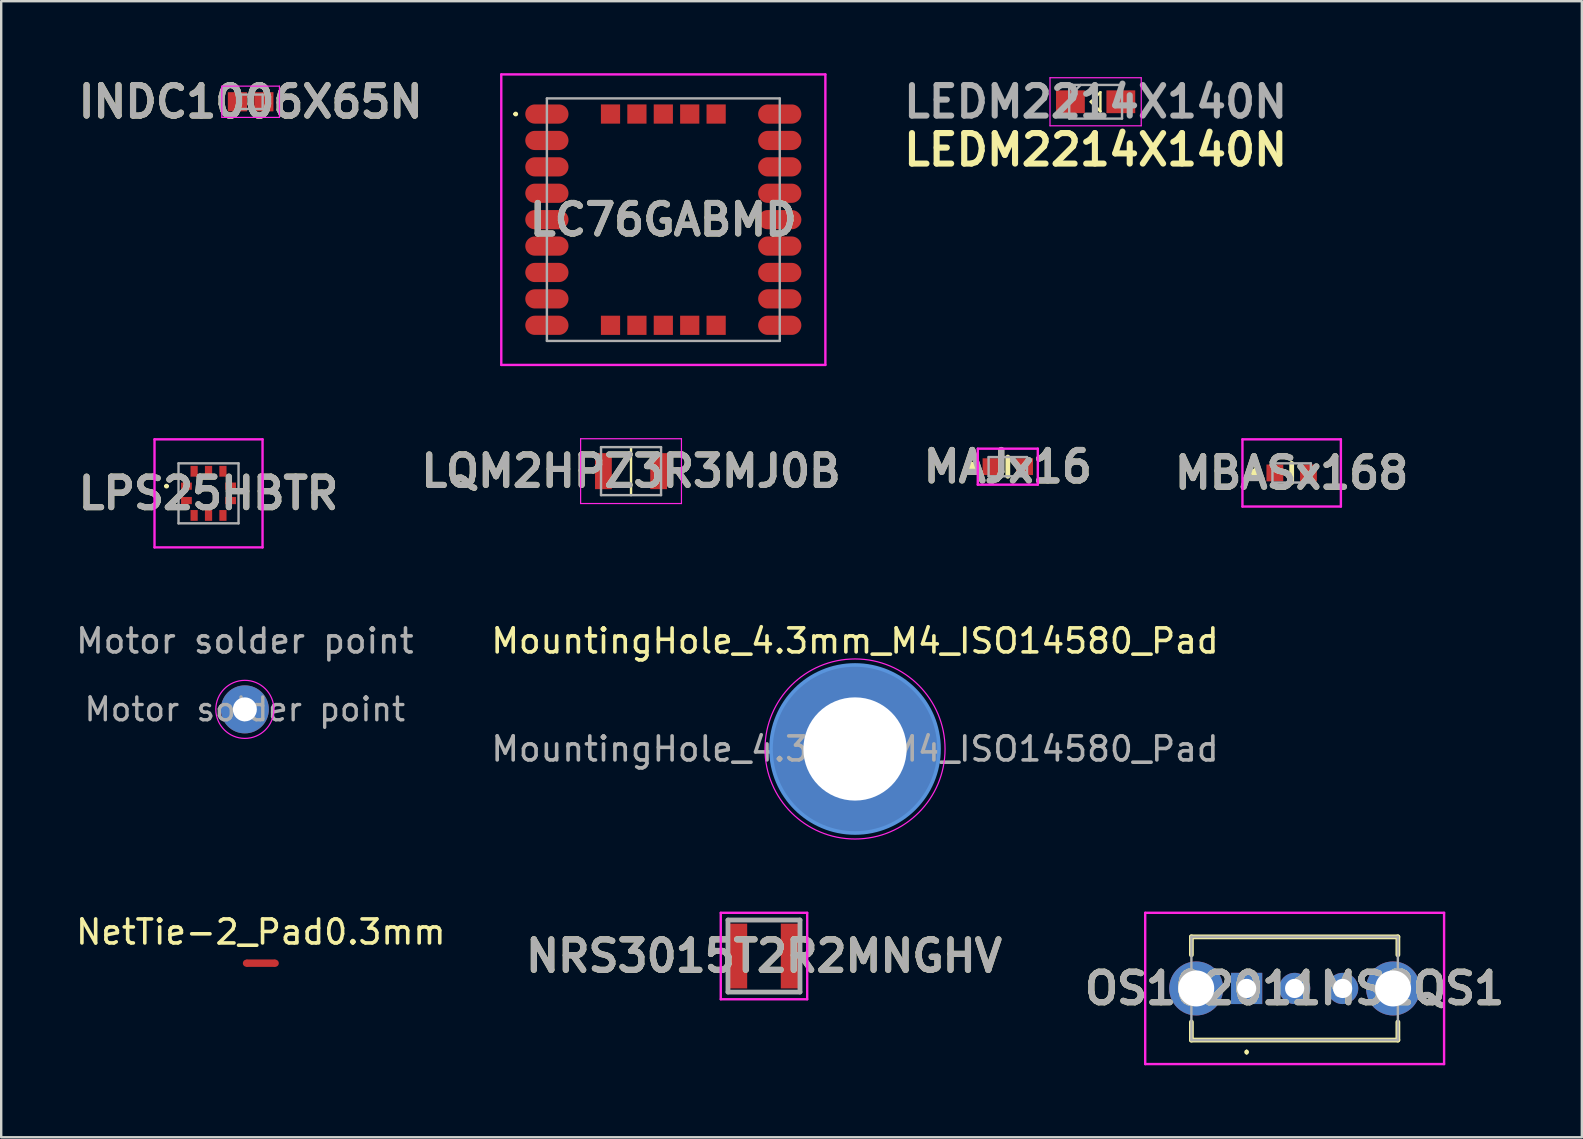
<source format=kicad_pcb>
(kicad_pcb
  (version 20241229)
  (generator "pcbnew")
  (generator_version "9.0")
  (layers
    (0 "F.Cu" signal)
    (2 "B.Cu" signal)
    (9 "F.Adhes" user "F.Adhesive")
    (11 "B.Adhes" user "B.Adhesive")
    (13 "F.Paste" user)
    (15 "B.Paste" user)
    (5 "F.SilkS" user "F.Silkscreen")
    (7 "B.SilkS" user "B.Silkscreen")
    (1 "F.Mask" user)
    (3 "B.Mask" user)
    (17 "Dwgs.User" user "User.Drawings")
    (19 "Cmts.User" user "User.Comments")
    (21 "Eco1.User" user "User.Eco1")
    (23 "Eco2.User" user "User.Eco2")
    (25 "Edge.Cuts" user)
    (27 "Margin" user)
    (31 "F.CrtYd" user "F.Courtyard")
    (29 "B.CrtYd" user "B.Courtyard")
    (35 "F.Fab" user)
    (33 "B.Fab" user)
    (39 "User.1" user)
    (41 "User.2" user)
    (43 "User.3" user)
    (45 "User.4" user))
  (footprint "OS102011MS2QS1"
    (layer "F.Cu")
    (at 48.877 38.123)
    (property "Reference" "OS102011MS2QS1" (at 2 0 0) (layer "F.SilkS") (effects (font (size 1.27 1.27) (thickness 0.254))))
    (attr through_hole)
    (fp_line (start -2.3 -2.15) (end 6.3 -2.15) (stroke (width 0.2) (type solid)) (layer "F.SilkS"))
    (fp_line (start -2.3 -1.4) (end -2.3 -2.15) (stroke (width 0.2) (type solid)) (layer "F.SilkS"))
    (fp_line (start -2.3 1.4) (end -2.3 2.15) (stroke (width 0.2) (type solid)) (layer "F.SilkS"))
    (fp_line (start -2.3 2.15) (end 6.3 2.15) (stroke (width 0.2) (type solid)) (layer "F.SilkS"))
    (fp_line (start 0 2.6) (end 0 2.6) (stroke (width 0.1) (type solid)) (layer "F.SilkS"))
    (fp_line (start 0 2.7) (end 0 2.7) (stroke (width 0.1) (type solid)) (layer "F.SilkS"))
    (fp_line (start 6.3 -2.15) (end 6.3 -1.4) (stroke (width 0.2) (type solid)) (layer "F.SilkS"))
    (fp_line (start 6.3 2.15) (end 6.3 1.4) (stroke (width 0.2) (type solid)) (layer "F.SilkS"))
    (fp_arc (start 0 2.6) (mid 0.05 2.65) (end 0 2.7) (stroke (width 0.1) (type solid)) (layer "F.SilkS"))
    (fp_arc (start 0 2.7) (mid -0.05 2.65) (end 0 2.6) (stroke (width 0.1) (type solid)) (layer "F.SilkS"))
    (fp_line (start -4.225 -3.15) (end 8.225 -3.15) (stroke (width 0.1) (type solid)) (layer "F.CrtYd"))
    (fp_line (start -4.225 3.15) (end -4.225 -3.15) (stroke (width 0.1) (type solid)) (layer "F.CrtYd"))
    (fp_line (start 8.225 -3.15) (end 8.225 3.15) (stroke (width 0.1) (type solid)) (layer "F.CrtYd"))
    (fp_line (start 8.225 3.15) (end -4.225 3.15) (stroke (width 0.1) (type solid)) (layer "F.CrtYd"))
    (fp_line (start -2.3 -2.15) (end 6.3 -2.15) (stroke (width 0.1) (type solid)) (layer "F.Fab"))
    (fp_line (start -2.3 2.15) (end -2.3 -2.15) (stroke (width 0.1) (type solid)) (layer "F.Fab"))
    (fp_line (start 6.3 -2.15) (end 6.3 2.15) (stroke (width 0.1) (type solid)) (layer "F.Fab"))
    (fp_line (start 6.3 2.15) (end -2.3 2.15) (stroke (width 0.1) (type solid)) (layer "F.Fab"))
    (fp_text user "${REFERENCE}" (at 2 0 0) (layer "F.Fab") (effects (font (size 1.27 1.27) (thickness 0.254))))
    (pad "1" thru_hole rect (at 0 0) (size 1.3 1.3) (drill 0.8) (layers "*.Cu" "*.Mask"))
    (pad "2" thru_hole circle (at 2 0) (size 1.3 1.3) (drill 0.8) (layers "*.Cu" "*.Mask"))
    (pad "3" thru_hole circle (at 4 0) (size 1.3 1.3) (drill 0.8) (layers "*.Cu" "*.Mask"))
    (pad "4" thru_hole circle (at -2.1 0) (size 2.25 2.25) (drill 1.5) (layers "*.Cu" "*.Mask"))
    (pad "5" thru_hole circle (at 6.1 0) (size 2.25 2.25) (drill 1.5) (layers "*.Cu" "*.Mask")))
  (footprint "Motor solder point"
    (layer "F.Cu")
    (at 7.149 26.498)
    (property "Reference" "Motor solder point" (at 0 -2.85 0) (layer "F.Fab") (effects (font (size 1 1) (thickness 0.15))))
    (attr exclude_from_pos_files exclude_from_bom)
    (fp_circle (center 0 0) (end 1.2 0.15) (stroke (width 0.05) (type solid)) (fill no) (layer "F.CrtYd"))
    (fp_text user "${REFERENCE}" (at 0 0 0) (layer "F.Fab") (effects (font (size 0.95 0.95) (thickness 0.14))))
    (pad "1" thru_hole circle (at 0 0) (size 2 2) (drill 1) (layers "*.Cu" "*.Mask")))
  (footprint "LQM2HPZ3R3MJ0B"
    (layer "F.Cu")
    (at 23.235 16.575)
    (property "Reference" "LQM2HPZ3R3MJ0B" (at 0 0 0) (layer "F.SilkS") (effects (font (size 1.27 1.27) (thickness 0.254))))
    (attr smd)
    (fp_line (start 0 -1) (end 0 1) (stroke (width 0.1) (type solid)) (layer "F.SilkS"))
    (fp_line (start -2.1 -1.35) (end 2.1 -1.35) (stroke (width 0.05) (type solid)) (layer "F.CrtYd"))
    (fp_line (start -2.1 1.35) (end -2.1 -1.35) (stroke (width 0.05) (type solid)) (layer "F.CrtYd"))
    (fp_line (start 2.1 -1.35) (end 2.1 1.35) (stroke (width 0.05) (type solid)) (layer "F.CrtYd"))
    (fp_line (start 2.1 1.35) (end -2.1 1.35) (stroke (width 0.05) (type solid)) (layer "F.CrtYd"))
    (fp_line (start -1.25 -1) (end 1.25 -1) (stroke (width 0.1) (type solid)) (layer "F.Fab"))
    (fp_line (start -1.25 1) (end -1.25 -1) (stroke (width 0.1) (type solid)) (layer "F.Fab"))
    (fp_line (start 1.25 -1) (end 1.25 1) (stroke (width 0.1) (type solid)) (layer "F.Fab"))
    (fp_line (start 1.25 1) (end -1.25 1) (stroke (width 0.1) (type solid)) (layer "F.Fab"))
    (fp_text user "${REFERENCE}" (at 0 0 0) (layer "F.Fab") (effects (font (size 1.27 1.27) (thickness 0.254))))
    (pad "1" smd rect (at -1.15 0) (size 0.7 1.5) (layers "F.Cu" "F.Mask" "F.Paste"))
    (pad "2" smd rect (at 1.15 0) (size 0.7 1.5) (layers "F.Cu" "F.Mask" "F.Paste")))
  (footprint "LC76GABMD"
    (layer "F.Cu")
    (at 24.58 6.1)
    (property "Reference" "LC76GABMD" (at 0 0 0) (layer "F.SilkS") (effects (font (size 1.27 1.27) (thickness 0.254))))
    (attr smd)
    (fp_line (start -6.2 -4.4) (end -6.2 -4.4) (stroke (width 0.1) (type solid)) (layer "F.SilkS"))
    (fp_line (start -6.1 -4.4) (end -6.1 -4.4) (stroke (width 0.1) (type solid)) (layer "F.SilkS"))
    (fp_arc (start -6.2 -4.4) (mid -6.15 -4.45) (end -6.1 -4.4) (stroke (width 0.1) (type solid)) (layer "F.SilkS"))
    (fp_arc (start -6.1 -4.4) (mid -6.15 -4.35) (end -6.2 -4.4) (stroke (width 0.1) (type solid)) (layer "F.SilkS"))
    (fp_line (start -6.75 -6.05) (end 6.75 -6.05) (stroke (width 0.1) (type solid)) (layer "F.CrtYd"))
    (fp_line (start -6.75 6.05) (end -6.75 -6.05) (stroke (width 0.1) (type solid)) (layer "F.CrtYd"))
    (fp_line (start 6.75 -6.05) (end 6.75 6.05) (stroke (width 0.1) (type solid)) (layer "F.CrtYd"))
    (fp_line (start 6.75 6.05) (end -6.75 6.05) (stroke (width 0.1) (type solid)) (layer "F.CrtYd"))
    (fp_line (start -4.85 -5.05) (end 4.85 -5.05) (stroke (width 0.1) (type solid)) (layer "F.Fab"))
    (fp_line (start -4.85 5.05) (end -4.85 -5.05) (stroke (width 0.1) (type solid)) (layer "F.Fab"))
    (fp_line (start 4.85 -5.05) (end 4.85 5.05) (stroke (width 0.1) (type solid)) (layer "F.Fab"))
    (fp_line (start 4.85 5.05) (end -4.85 5.05) (stroke (width 0.1) (type solid)) (layer "F.Fab"))
    (fp_text user "${REFERENCE}" (at 0 0 0) (layer "F.Fab") (effects (font (size 1.27 1.27) (thickness 0.254))))
    (pad "1" smd oval (at -4.85 -4.4 90) (size 0.8 1.8) (layers "F.Cu" "F.Mask" "F.Paste"))
    (pad "2" smd oval (at -4.85 -3.3 90) (size 0.8 1.8) (layers "F.Cu" "F.Mask" "F.Paste"))
    (pad "3" smd oval (at -4.85 -2.2 90) (size 0.8 1.8) (layers "F.Cu" "F.Mask" "F.Paste"))
    (pad "4" smd oval (at -4.85 -1.1 90) (size 0.8 1.8) (layers "F.Cu" "F.Mask" "F.Paste"))
    (pad "5" smd oval (at -4.85 0 90) (size 0.8 1.8) (layers "F.Cu" "F.Mask" "F.Paste"))
    (pad "6" smd oval (at -4.85 1.1 90) (size 0.8 1.8) (layers "F.Cu" "F.Mask" "F.Paste"))
    (pad "7" smd oval (at -4.85 2.2 90) (size 0.8 1.8) (layers "F.Cu" "F.Mask" "F.Paste"))
    (pad "8" smd oval (at -4.85 3.3 90) (size 0.8 1.8) (layers "F.Cu" "F.Mask" "F.Paste"))
    (pad "9" smd oval (at -4.85 4.4 90) (size 0.8 1.8) (layers "F.Cu" "F.Mask" "F.Paste"))
    (pad "10" smd oval (at 4.85 4.4 90) (size 0.8 1.8) (layers "F.Cu" "F.Mask" "F.Paste"))
    (pad "11" smd oval (at 4.85 3.3 90) (size 0.8 1.8) (layers "F.Cu" "F.Mask" "F.Paste"))
    (pad "12" smd oval (at 4.85 2.2 90) (size 0.8 1.8) (layers "F.Cu" "F.Mask" "F.Paste"))
    (pad "13" smd oval (at 4.85 1.1 90) (size 0.8 1.8) (layers "F.Cu" "F.Mask" "F.Paste"))
    (pad "14" smd oval (at 4.85 0 90) (size 0.8 1.8) (layers "F.Cu" "F.Mask" "F.Paste"))
    (pad "15" smd oval (at 4.85 -1.1 90) (size 0.8 1.8) (layers "F.Cu" "F.Mask" "F.Paste"))
    (pad "16" smd oval (at 4.85 -2.2 90) (size 0.8 1.8) (layers "F.Cu" "F.Mask" "F.Paste"))
    (pad "17" smd oval (at 4.85 -3.3 90) (size 0.8 1.8) (layers "F.Cu" "F.Mask" "F.Paste"))
    (pad "18" smd oval (at 4.85 -4.4 90) (size 0.8 1.8) (layers "F.Cu" "F.Mask" "F.Paste"))
    (pad "19" smd rect (at 2.2 -4.4 90) (size 0.8 0.8) (layers "F.Cu" "F.Mask" "F.Paste"))
    (pad "20" smd rect (at 1.1 -4.4 90) (size 0.8 0.8) (layers "F.Cu" "F.Mask" "F.Paste"))
    (pad "21" smd rect (at 0 -4.4 90) (size 0.8 0.8) (layers "F.Cu" "F.Mask" "F.Paste"))
    (pad "22" smd rect (at -1.1 -4.4 90) (size 0.8 0.8) (layers "F.Cu" "F.Mask" "F.Paste"))
    (pad "23" smd rect (at -2.2 -4.4 90) (size 0.8 0.8) (layers "F.Cu" "F.Mask" "F.Paste"))
    (pad "24" smd rect (at -2.2 4.4 90) (size 0.8 0.8) (layers "F.Cu" "F.Mask" "F.Paste"))
    (pad "25" smd rect (at -1.1 4.4 90) (size 0.8 0.8) (layers "F.Cu" "F.Mask" "F.Paste"))
    (pad "26" smd rect (at 0 4.4 90) (size 0.8 0.8) (layers "F.Cu" "F.Mask" "F.Paste"))
    (pad "27" smd rect (at 1.1 4.4 90) (size 0.8 0.8) (layers "F.Cu" "F.Mask" "F.Paste"))
    (pad "28" smd rect (at 2.2 4.4 90) (size 0.8 0.8) (layers "F.Cu" "F.Mask" "F.Paste")))
  (footprint "NRS3015T2R2MNGHV"
    (layer "F.Cu")
    (at 28.773 36.773)
    (property "Reference" "NRS3015T2R2MNGHV" (at 0 0 0) (layer "F.SilkS") (effects (font (size 1.27 1.27) (thickness 0.254))))
    (attr smd)
    (fp_line (start -0.5 -1.5) (end 0.5 -1.5) (stroke (width 0.1) (type solid)) (layer "F.SilkS"))
    (fp_line (start -0.5 1.5) (end 0.5 1.5) (stroke (width 0.1) (type solid)) (layer "F.SilkS"))
    (fp_line (start -1.8 -1.8) (end 1.8 -1.8) (stroke (width 0.1) (type solid)) (layer "F.CrtYd"))
    (fp_line (start -1.8 1.8) (end -1.8 -1.8) (stroke (width 0.1) (type solid)) (layer "F.CrtYd"))
    (fp_line (start 1.8 -1.8) (end 1.8 1.8) (stroke (width 0.1) (type solid)) (layer "F.CrtYd"))
    (fp_line (start 1.8 1.8) (end -1.8 1.8) (stroke (width 0.1) (type solid)) (layer "F.CrtYd"))
    (fp_line (start -1.5 -1.5) (end 1.5 -1.5) (stroke (width 0.2) (type solid)) (layer "F.Fab"))
    (fp_line (start -1.5 1.5) (end -1.5 -1.5) (stroke (width 0.2) (type solid)) (layer "F.Fab"))
    (fp_line (start 1.5 -1.5) (end 1.5 1.5) (stroke (width 0.2) (type solid)) (layer "F.Fab"))
    (fp_line (start 1.5 1.5) (end -1.5 1.5) (stroke (width 0.2) (type solid)) (layer "F.Fab"))
    (fp_text user "${REFERENCE}" (at 0 0 0) (layer "F.Fab") (effects (font (size 1.27 1.27) (thickness 0.254))))
    (pad "1" smd rect (at -1.1 0) (size 0.8 2.7) (layers "F.Cu" "F.Mask" "F.Paste"))
    (pad "2" smd rect (at 1.1 0) (size 0.8 2.7) (layers "F.Cu" "F.Mask" "F.Paste")))
  (footprint "NetTie-2_Pad0.3mm"
    (layer "F.Cu")
    (at 7.215 37.072)
    (property "Reference" "NetTie-2_Pad0.3mm" (at 0.6 -1.3 0) (layer "F.SilkS") (effects (font (size 1 1) (thickness 0.15))))
    (attr exclude_from_pos_files exclude_from_bom allow_missing_courtyard)
    (fp_poly (pts (xy 0 -0.15) (xy 0 0.15) (xy 1.2 0.15) (xy 1.2 -0.15)) (stroke (width 0.01) (type solid)) (fill yes) (layer "F.Cu"))
    (pad "1" smd circle (at 0 0) (size 0.3 0.3) (layers "F.Cu" "F.Mask" "F.Paste"))
    (pad "2" smd circle (at 1.2 0) (size 0.3 0.3) (layers "F.Cu" "F.Mask" "F.Paste")))
  (footprint "LPS25HBTR"
    (layer "F.Cu")
    (at 5.636 17.5)
    (property "Reference" "LPS25HBTR" (at 0 0 0) (layer "F.SilkS") (effects (font (size 1.27 1.27) (thickness 0.254))))
    (attr smd)
    (fp_line (start -1.8 -0.3) (end -1.8 -0.3) (stroke (width 0.1) (type solid)) (layer "F.SilkS"))
    (fp_line (start -1.7 -0.3) (end -1.7 -0.3) (stroke (width 0.1) (type solid)) (layer "F.SilkS"))
    (fp_arc (start -1.8 -0.3) (mid -1.75 -0.35) (end -1.7 -0.3) (stroke (width 0.1) (type solid)) (layer "F.SilkS"))
    (fp_arc (start -1.7 -0.3) (mid -1.75 -0.25) (end -1.8 -0.3) (stroke (width 0.1) (type solid)) (layer "F.SilkS"))
    (fp_line (start -2.25 -2.25) (end 2.25 -2.25) (stroke (width 0.1) (type solid)) (layer "F.CrtYd"))
    (fp_line (start -2.25 2.25) (end -2.25 -2.25) (stroke (width 0.1) (type solid)) (layer "F.CrtYd"))
    (fp_line (start 2.25 -2.25) (end 2.25 2.25) (stroke (width 0.1) (type solid)) (layer "F.CrtYd"))
    (fp_line (start 2.25 2.25) (end -2.25 2.25) (stroke (width 0.1) (type solid)) (layer "F.CrtYd"))
    (fp_line (start -1.25 -1.25) (end 1.25 -1.25) (stroke (width 0.1) (type solid)) (layer "F.Fab"))
    (fp_line (start -1.25 1.25) (end -1.25 -1.25) (stroke (width 0.1) (type solid)) (layer "F.Fab"))
    (fp_line (start 1.25 -1.25) (end 1.25 1.25) (stroke (width 0.1) (type solid)) (layer "F.Fab"))
    (fp_line (start 1.25 1.25) (end -1.25 1.25) (stroke (width 0.1) (type solid)) (layer "F.Fab"))
    (fp_text user "${REFERENCE}" (at 0 0 0) (layer "F.Fab") (effects (font (size 1.27 1.27) (thickness 0.254))))
    (pad "1" smd rect (at -0.92 -0.3 90) (size 0.3 0.45) (layers "F.Cu" "F.Mask" "F.Paste"))
    (pad "2" smd rect (at -0.92 0.3 90) (size 0.3 0.45) (layers "F.Cu" "F.Mask" "F.Paste"))
    (pad "3" smd rect (at -0.6 0.92) (size 0.3 0.45) (layers "F.Cu" "F.Mask" "F.Paste"))
    (pad "4" smd rect (at 0 0.92) (size 0.3 0.45) (layers "F.Cu" "F.Mask" "F.Paste"))
    (pad "5" smd rect (at 0.6 0.92) (size 0.3 0.45) (layers "F.Cu" "F.Mask" "F.Paste"))
    (pad "6" smd rect (at 0.92 0.3 90) (size 0.3 0.45) (layers "F.Cu" "F.Mask" "F.Paste"))
    (pad "7" smd rect (at 0.92 -0.3 90) (size 0.3 0.45) (layers "F.Cu" "F.Mask" "F.Paste"))
    (pad "8" smd rect (at 0.6 -0.92) (size 0.3 0.45) (layers "F.Cu" "F.Mask" "F.Paste"))
    (pad "9" smd rect (at 0 -0.92) (size 0.3 0.45) (layers "F.Cu" "F.Mask" "F.Paste"))
    (pad "10" smd rect (at -0.6 -0.92) (size 0.3 0.45) (layers "F.Cu" "F.Mask" "F.Paste")))
  (footprint "MBASx168"
    (layer "F.Cu")
    (at 50.753 16.65)
    (property "Reference" "MBASx168" (at 0 0 0) (layer "F.SilkS") (effects (font (size 1.27 1.27) (thickness 0.254))))
    (attr smd)
    (fp_line (start -1.5 -0.1) (end -1.5 -0.1) (stroke (width 0.2) (type solid)) (layer "F.SilkS"))
    (fp_line (start -1.5 0.1) (end -1.5 0.1) (stroke (width 0.2) (type solid)) (layer "F.SilkS"))
    (fp_line (start 0 -0.4) (end 0 0.4) (stroke (width 0.2) (type solid)) (layer "F.SilkS"))
    (fp_arc (start -1.5 -0.1) (mid -1.4 0) (end -1.5 0.1) (stroke (width 0.2) (type solid)) (layer "F.SilkS"))
    (fp_arc (start -1.5 0.1) (mid -1.6 0) (end -1.5 -0.1) (stroke (width 0.2) (type solid)) (layer "F.SilkS"))
    (fp_line (start -2.05 -1.4) (end 2.05 -1.4) (stroke (width 0.1) (type solid)) (layer "F.CrtYd"))
    (fp_line (start -2.05 1.4) (end -2.05 -1.4) (stroke (width 0.1) (type solid)) (layer "F.CrtYd"))
    (fp_line (start 2.05 -1.4) (end 2.05 1.4) (stroke (width 0.1) (type solid)) (layer "F.CrtYd"))
    (fp_line (start 2.05 1.4) (end -2.05 1.4) (stroke (width 0.1) (type solid)) (layer "F.CrtYd"))
    (fp_line (start -0.8 -0.4) (end 0.8 -0.4) (stroke (width 0.1) (type solid)) (layer "F.Fab"))
    (fp_line (start -0.8 0.4) (end -0.8 -0.4) (stroke (width 0.1) (type solid)) (layer "F.Fab"))
    (fp_line (start 0.8 -0.4) (end 0.8 0.4) (stroke (width 0.1) (type solid)) (layer "F.Fab"))
    (fp_line (start 0.8 0.4) (end -0.8 0.4) (stroke (width 0.1) (type solid)) (layer "F.Fab"))
    (fp_text user "${REFERENCE}" (at 0 0 0) (layer "F.Fab") (effects (font (size 1.27 1.27) (thickness 0.254))))
    (pad "1" smd rect (at -0.7 0) (size 0.7 0.7) (layers "F.Cu" "F.Mask" "F.Paste"))
    (pad "2" smd rect (at 0.7 0) (size 0.7 0.7) (layers "F.Cu" "F.Mask" "F.Paste")))
  (footprint "MAJx16"
    (layer "F.Cu")
    (at 38.929 16.389)
    (property "Reference" "MAJx16" (at 0 0 0) (layer "F.SilkS") (effects (font (size 1.27 1.27) (thickness 0.254))))
    (attr smd)
    (fp_line (start -1.5 -0.1) (end -1.5 -0.1) (stroke (width 0.2) (type solid)) (layer "F.SilkS"))
    (fp_line (start -1.5 0.1) (end -1.5 0.1) (stroke (width 0.2) (type solid)) (layer "F.SilkS"))
    (fp_line (start 0 -0.4) (end 0 0.4) (stroke (width 0.2) (type solid)) (layer "F.SilkS"))
    (fp_arc (start -1.5 -0.1) (mid -1.4 0) (end -1.5 0.1) (stroke (width 0.2) (type solid)) (layer "F.SilkS"))
    (fp_arc (start -1.5 0.1) (mid -1.6 0) (end -1.5 -0.1) (stroke (width 0.2) (type solid)) (layer "F.SilkS"))
    (fp_line (start -1.25 -0.75) (end 1.25 -0.75) (stroke (width 0.1) (type solid)) (layer "F.CrtYd"))
    (fp_line (start -1.25 0.75) (end -1.25 -0.75) (stroke (width 0.1) (type solid)) (layer "F.CrtYd"))
    (fp_line (start 1.25 -0.75) (end 1.25 0.75) (stroke (width 0.1) (type solid)) (layer "F.CrtYd"))
    (fp_line (start 1.25 0.75) (end -1.25 0.75) (stroke (width 0.1) (type solid)) (layer "F.CrtYd"))
    (fp_line (start -0.8 -0.4) (end 0.8 -0.4) (stroke (width 0.1) (type solid)) (layer "F.Fab"))
    (fp_line (start -0.8 0.4) (end -0.8 -0.4) (stroke (width 0.1) (type solid)) (layer "F.Fab"))
    (fp_line (start 0.8 -0.4) (end 0.8 0.4) (stroke (width 0.1) (type solid)) (layer "F.Fab"))
    (fp_line (start 0.8 0.4) (end -0.8 0.4) (stroke (width 0.1) (type solid)) (layer "F.Fab"))
    (fp_text user "${REFERENCE}" (at 0 0 0) (layer "F.Fab") (effects (font (size 1.27 1.27) (thickness 0.254))))
    (pad "1" smd rect (at -0.7 0) (size 0.7 0.7) (layers "F.Cu" "F.Mask" "F.Paste"))
    (pad "2" smd rect (at 0.7 0) (size 0.7 0.7) (layers "F.Cu" "F.Mask" "F.Paste")))
  (footprint "LEDM2214X140N"
    (layer "F.Cu")
    (at 42.587 1.189)
    (property "Reference" "LEDM2214X140N" (at 0 2 0) (layer "F.SilkS") (effects (font (size 1.27 1.27) (thickness 0.254))))
    (attr smd)
    (fp_line (start -0.2 0) (end 0.2 0.4) (stroke (width 0.1) (type default)) (layer "F.SilkS"))
    (fp_line (start 0.2 -0.4) (end -0.2 0) (stroke (width 0.1) (type default)) (layer "F.SilkS"))
    (fp_line (start 0.2 0.4) (end -0.2 0) (stroke (width 0.1) (type default)) (layer "F.SilkS"))
    (fp_line (start 0.2 0.4) (end 0.2 -0.4) (stroke (width 0.1) (type default)) (layer "F.SilkS"))
    (fp_line (start -1.9 -1) (end 1.9 -1) (stroke (width 0.05) (type solid)) (layer "F.CrtYd"))
    (fp_line (start -1.9 1) (end -1.9 -1) (stroke (width 0.05) (type solid)) (layer "F.CrtYd"))
    (fp_line (start 1.9 -1) (end 1.9 1) (stroke (width 0.05) (type solid)) (layer "F.CrtYd"))
    (fp_line (start 1.9 1) (end -1.9 1) (stroke (width 0.05) (type solid)) (layer "F.CrtYd"))
    (fp_line (start -1.1 -0.7) (end 1.1 -0.7) (stroke (width 0.1) (type solid)) (layer "F.Fab"))
    (fp_line (start -1.1 -0.225) (end -0.625 -0.7) (stroke (width 0.1) (type solid)) (layer "F.Fab"))
    (fp_line (start -1.1 0.7) (end -1.1 -0.7) (stroke (width 0.1) (type solid)) (layer "F.Fab"))
    (fp_line (start 1.1 -0.7) (end 1.1 0.7) (stroke (width 0.1) (type solid)) (layer "F.Fab"))
    (fp_line (start 1.1 0.7) (end -1.1 0.7) (stroke (width 0.1) (type solid)) (layer "F.Fab"))
    (fp_text user "${REFERENCE}" (at 0 0 0) (layer "F.Fab") (effects (font (size 1.27 1.27) (thickness 0.254))))
    (pad "1" smd rect (at -1.05 0 90) (size 0.95 1.2) (layers "F.Cu" "F.Mask" "F.Paste"))
    (pad "2" smd rect (at 1.05 0 90) (size 0.95 1.2) (layers "F.Cu" "F.Mask" "F.Paste")))
  (footprint "INDC1006X65N"
    (layer "F.Cu")
    (at 7.39 1.189)
    (property "Reference" "INDC1006X65N" (at 0 0 0) (layer "F.SilkS") (effects (font (size 1.27 1.27) (thickness 0.254))))
    (attr smd)
    (fp_line (start 0 -0.2) (end 0 0.2) (stroke (width 0.2) (type solid)) (layer "F.SilkS"))
    (fp_line (start -1.2 -0.65) (end 1.2 -0.65) (stroke (width 0.05) (type solid)) (layer "F.CrtYd"))
    (fp_line (start -1.2 0.65) (end -1.2 -0.65) (stroke (width 0.05) (type solid)) (layer "F.CrtYd"))
    (fp_line (start 1.2 -0.65) (end 1.2 0.65) (stroke (width 0.05) (type solid)) (layer "F.CrtYd"))
    (fp_line (start 1.2 0.65) (end -1.2 0.65) (stroke (width 0.05) (type solid)) (layer "F.CrtYd"))
    (fp_line (start -0.5 -0.3) (end 0.5 -0.3) (stroke (width 0.1) (type solid)) (layer "F.Fab"))
    (fp_line (start -0.5 0.3) (end -0.5 -0.3) (stroke (width 0.1) (type solid)) (layer "F.Fab"))
    (fp_line (start 0.5 -0.3) (end 0.5 0.3) (stroke (width 0.1) (type solid)) (layer "F.Fab"))
    (fp_line (start 0.5 0.3) (end -0.5 0.3) (stroke (width 0.1) (type solid)) (layer "F.Fab"))
    (fp_text user "${REFERENCE}" (at 0 0 0) (layer "F.Fab") (effects (font (size 1.27 1.27) (thickness 0.254))))
    (pad "1" smd rect (at -0.55 0 90) (size 0.8 0.8) (layers "F.Cu" "F.Mask" "F.Paste"))
    (pad "2" smd rect (at 0.55 0 90) (size 0.8 0.8) (layers "F.Cu" "F.Mask" "F.Paste")))
  (footprint "MountingHole_4.3mm_M4_ISO14580_Pad"
    (layer "F.Cu")
    (at 32.565 28.148)
    (property "Reference" "MountingHole_4.3mm_M4_ISO14580_Pad" (at 0 -4.5 0) (layer "F.SilkS") (effects (font (size 1 1) (thickness 0.15))))
    (attr exclude_from_pos_files exclude_from_bom)
    (fp_circle (center 0 0) (end 3.5 0) (stroke (width 0.15) (type solid)) (fill no) (layer "Cmts.User"))
    (fp_circle (center 0 0) (end 3.75 0) (stroke (width 0.05) (type solid)) (fill no) (layer "F.CrtYd"))
    (fp_text user "${REFERENCE}" (at 0 0 0) (layer "F.Fab") (effects (font (size 1 1) (thickness 0.15))))
    (pad "1" thru_hole circle (at 0 0) (size 7 7) (drill 4.3) (layers "*.Cu" "*.Mask")))
  (gr_rect
    (start -3 -3)
    (end 62.84 44.323)
    (stroke (width 0.1) (type default))
    (fill no)
    (layer "Edge.Cuts")))
</source>
